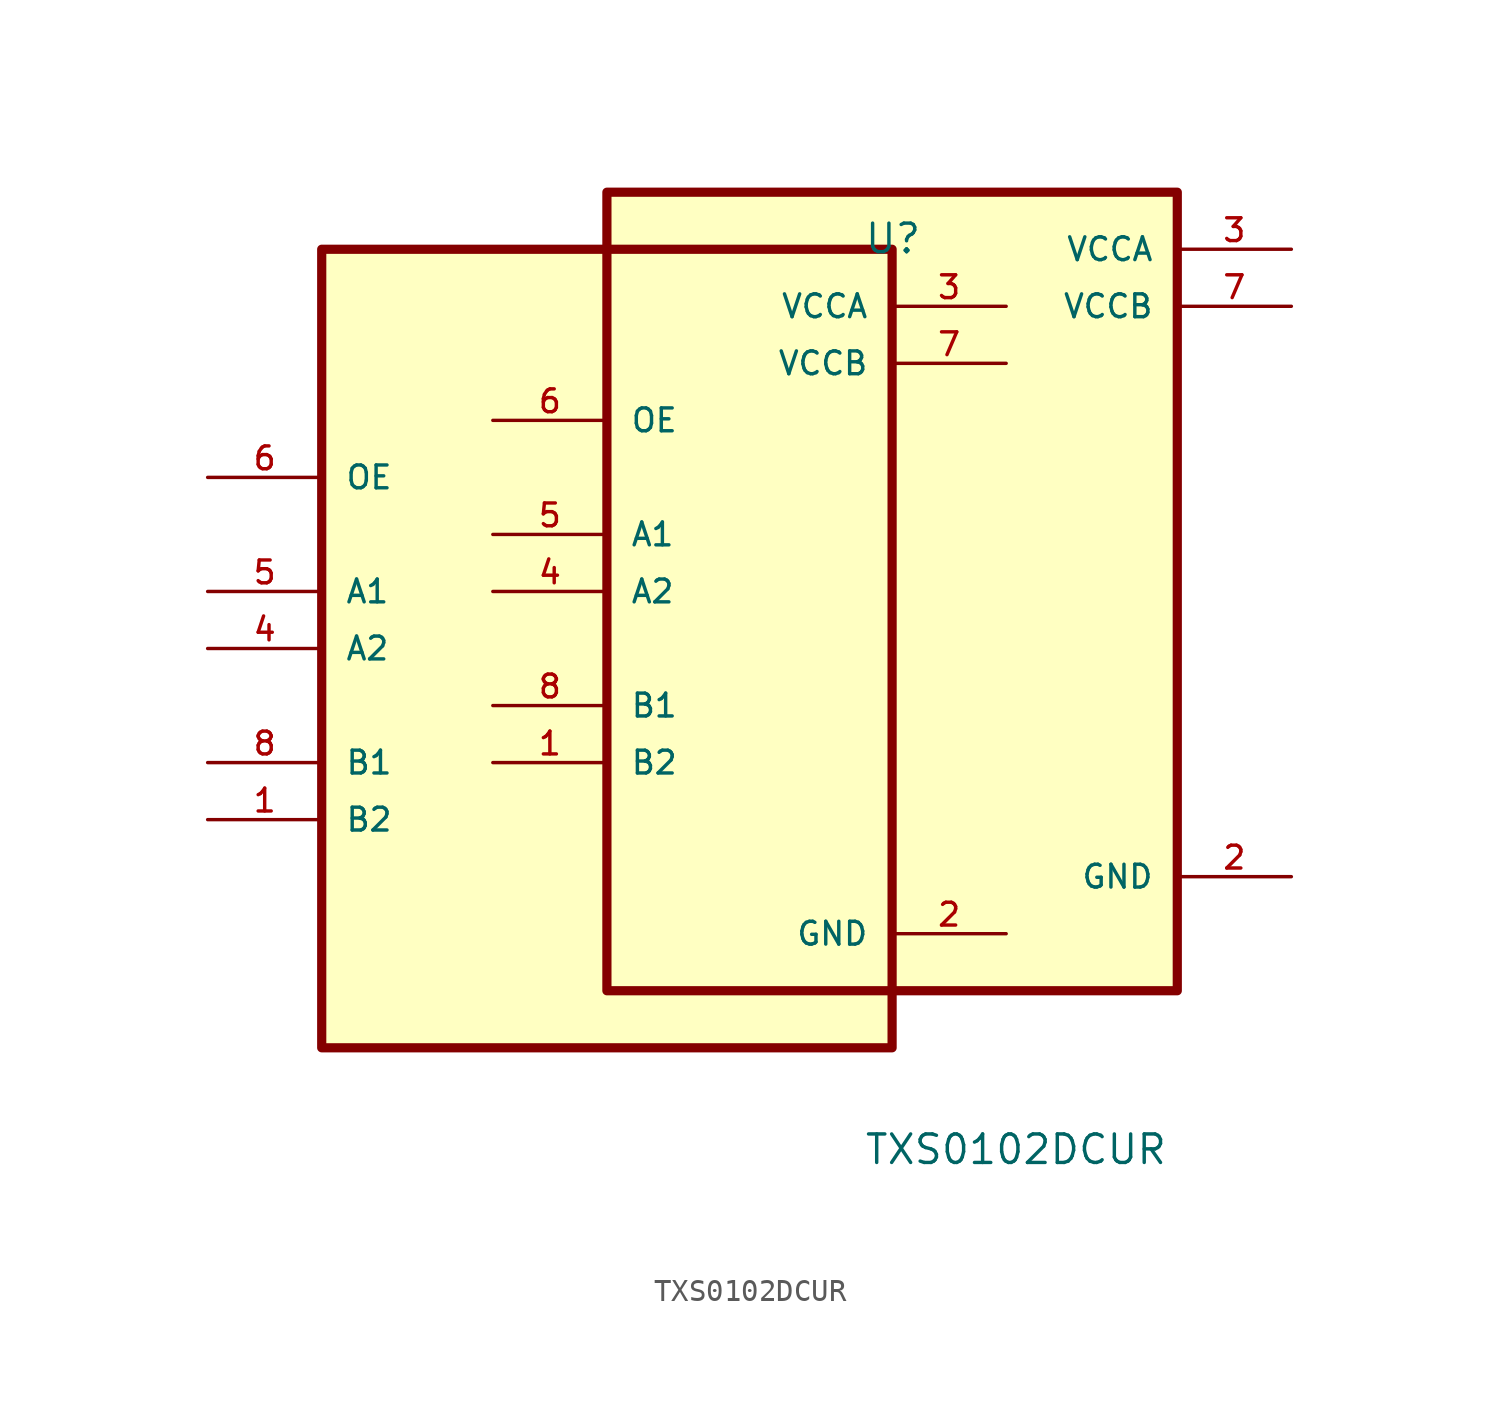
<source format=kicad_sym>
(kicad_symbol_lib
  (version 20231120)
  (generator "kicad_symbol_editor")
  (generator_version "8.0")
  (symbol "TXS0102DCUR"
    (pin_names
      (offset 1.016))
    (property "Reference" "U"
      (at -12.7 18.78 0)
      (effects (font (size 1.27 1.27)) (justify left bottom)))
    (property "Value" "TXS0102DCUR"
      (at -12.7 -21.78 0)
      (effects (font (size 1.27 1.27)) (justify left bottom)))
    (symbol "TXS0102DCUR_0_0"
      (rectangle (start -36.83 -16.51) (end -11.43 19.05) (stroke (width 0.41) (type default)) (fill (type background)))
      (rectangle (start -24.13 -13.97) (end 1.27 21.59) (stroke (width 0.41) (type default)) (fill (type background)))
      (pin bidirectional line (at -41.91 -6.35 0) (length 5.08) (name "B2" (effects (font (size 1.016 1.016)))) (number "1" (effects (font (size 1.016 1.016)))))
      (pin bidirectional line (at -29.21 -3.81 0) (length 5.08) (name "B2" (effects (font (size 1.016 1.016)))) (number "1" (effects (font (size 1.016 1.016)))))
      (pin power_in line (at -6.35 -11.43 180) (length 5.08) (name "GND" (effects (font (size 1.016 1.016)))) (number "2" (effects (font (size 1.016 1.016)))))
      (pin power_in line (at 6.35 -8.89 180) (length 5.08) (name "GND" (effects (font (size 1.016 1.016)))) (number "2" (effects (font (size 1.016 1.016)))))
      (pin power_in line (at -6.35 16.51 180) (length 5.08) (name "VCCA" (effects (font (size 1.016 1.016)))) (number "3" (effects (font (size 1.016 1.016)))))
      (pin power_in line (at 6.35 19.05 180) (length 5.08) (name "VCCA" (effects (font (size 1.016 1.016)))) (number "3" (effects (font (size 1.016 1.016)))))
      (pin bidirectional line (at -41.91 1.27 0) (length 5.08) (name "A2" (effects (font (size 1.016 1.016)))) (number "4" (effects (font (size 1.016 1.016)))))
      (pin bidirectional line (at -29.21 3.81 0) (length 5.08) (name "A2" (effects (font (size 1.016 1.016)))) (number "4" (effects (font (size 1.016 1.016)))))
      (pin bidirectional line (at -41.91 3.81 0) (length 5.08) (name "A1" (effects (font (size 1.016 1.016)))) (number "5" (effects (font (size 1.016 1.016)))))
      (pin bidirectional line (at -29.21 6.35 0) (length 5.08) (name "A1" (effects (font (size 1.016 1.016)))) (number "5" (effects (font (size 1.016 1.016)))))
      (pin input line (at -41.91 8.89 0) (length 5.08) (name "OE" (effects (font (size 1.016 1.016)))) (number "6" (effects (font (size 1.016 1.016)))))
      (pin input line (at -29.21 11.43 0) (length 5.08) (name "OE" (effects (font (size 1.016 1.016)))) (number "6" (effects (font (size 1.016 1.016)))))
      (pin power_in line (at -6.35 13.97 180) (length 5.08) (name "VCCB" (effects (font (size 1.016 1.016)))) (number "7" (effects (font (size 1.016 1.016)))))
      (pin power_in line (at 6.35 16.51 180) (length 5.08) (name "VCCB" (effects (font (size 1.016 1.016)))) (number "7" (effects (font (size 1.016 1.016)))))
      (pin bidirectional line (at -41.91 -3.81 0) (length 5.08) (name "B1" (effects (font (size 1.016 1.016)))) (number "8" (effects (font (size 1.016 1.016)))))
      (pin bidirectional line (at -29.21 -1.27 0) (length 5.08) (name "B1" (effects (font (size 1.016 1.016)))) (number "8" (effects (font (size 1.016 1.016))))))))
</source>
